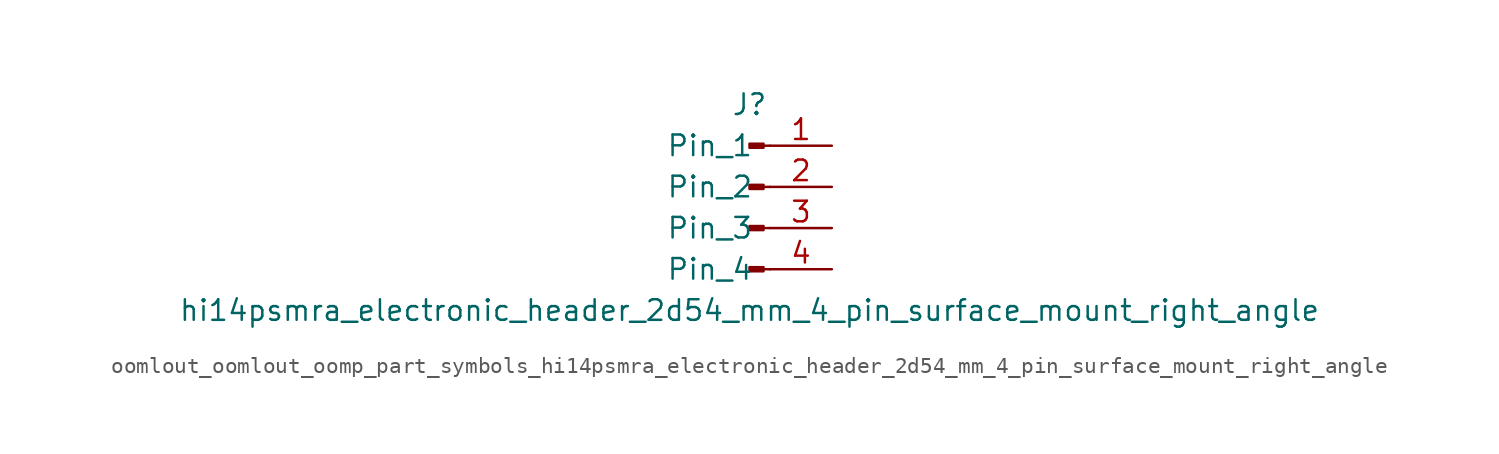
<source format=kicad_sym>
(kicad_symbol_lib
  (version 20220914)
  (generator kicad_symbol_editor)
  (symbol "oomlout_oomlout_oomp_part_symbols_hi14psmra_electronic_header_2d54_mm_4_pin_surface_mount_right_angle"
    (pin_names
      (offset 1.016))
    (property "Reference" "J"
      (at 0 5.08 0)
      (effects (font (size 1.27 1.27))))
    (property "Value" "hi14psmra_electronic_header_2d54_mm_4_pin_surface_mount_right_angle"
      (at 0 -7.62 0)
      (effects (font (size 1.27 1.27))))
    (property "ki_locked" ""
      (at 0 0 0)
      (effects (font (size 1.27 1.27))))
    (symbol "oomlout_oomlout_oomp_part_symbols_hi14psmra_electronic_header_2d54_mm_4_pin_surface_mount_right_angle_1_1"
      (polyline (pts (xy 1.27 -5.08) (xy 0.864 -5.08)) (stroke (width 0.152) (type default)) (fill (type none)))
      (polyline (pts (xy 1.27 -2.54) (xy 0.864 -2.54)) (stroke (width 0.152) (type default)) (fill (type none)))
      (polyline (pts (xy 1.27 0) (xy 0.864 0)) (stroke (width 0.152) (type default)) (fill (type none)))
      (polyline (pts (xy 1.27 2.54) (xy 0.864 2.54)) (stroke (width 0.152) (type default)) (fill (type none)))
      (rectangle (start 0.864 -4.953) (end 0 -5.207) (stroke (width 0.152) (type default)) (fill (type outline)))
      (rectangle (start 0.864 -2.413) (end 0 -2.667) (stroke (width 0.152) (type default)) (fill (type outline)))
      (rectangle (start 0.864 0.127) (end 0 -0.127) (stroke (width 0.152) (type default)) (fill (type outline)))
      (rectangle (start 0.864 2.667) (end 0 2.413) (stroke (width 0.152) (type default)) (fill (type outline)))
      (pin passive line (at 5.08 2.54 180) (length 3.81) (name "Pin_1" (effects (font (size 1.27 1.27)))) (number "1" (effects (font (size 1.27 1.27)))))
      (pin passive line (at 5.08 0 180) (length 3.81) (name "Pin_2" (effects (font (size 1.27 1.27)))) (number "2" (effects (font (size 1.27 1.27)))))
      (pin passive line (at 5.08 -2.54 180) (length 3.81) (name "Pin_3" (effects (font (size 1.27 1.27)))) (number "3" (effects (font (size 1.27 1.27)))))
      (pin passive line (at 5.08 -5.08 180) (length 3.81) (name "Pin_4" (effects (font (size 1.27 1.27)))) (number "4" (effects (font (size 1.27 1.27))))))))
</source>
